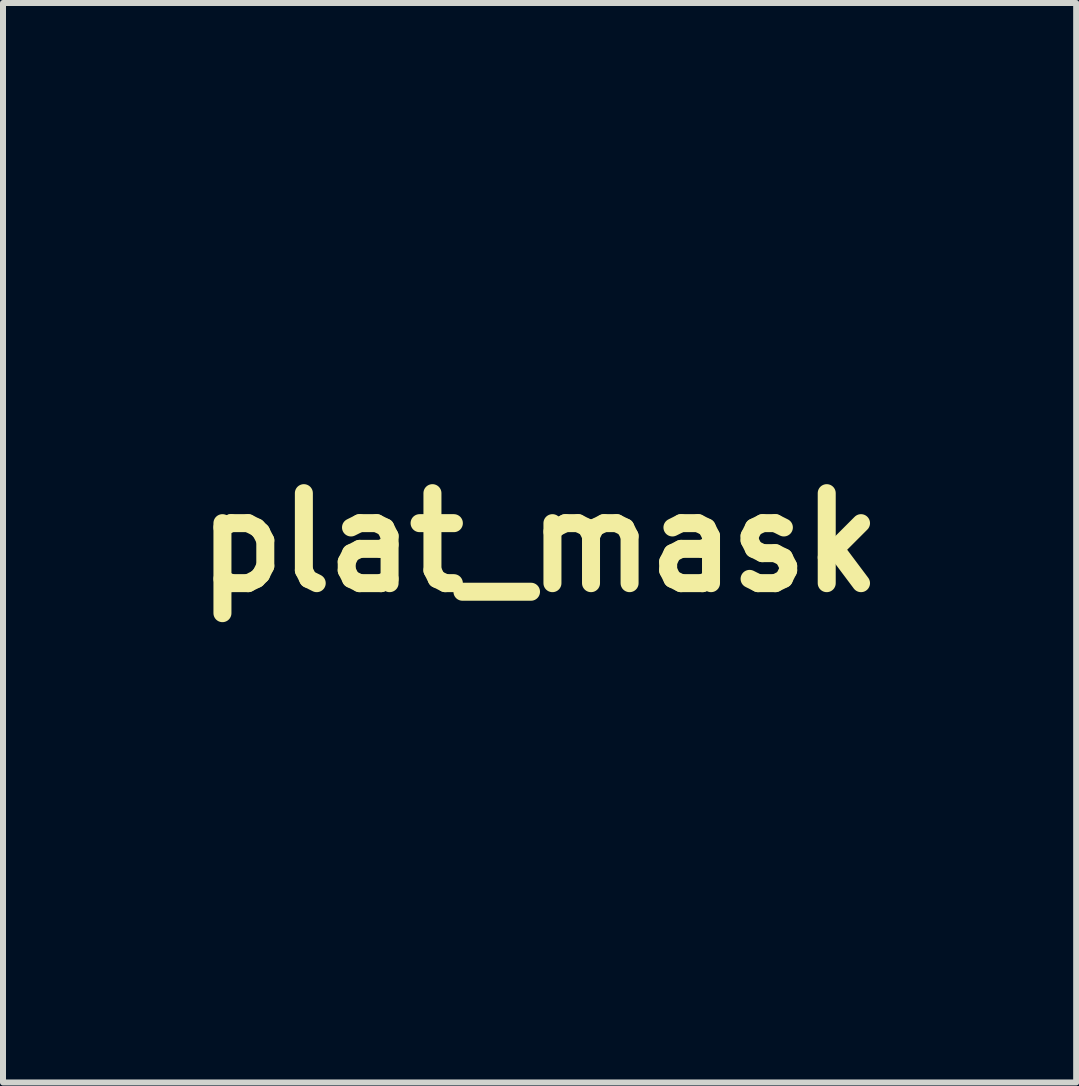
<source format=kicad_pcb>
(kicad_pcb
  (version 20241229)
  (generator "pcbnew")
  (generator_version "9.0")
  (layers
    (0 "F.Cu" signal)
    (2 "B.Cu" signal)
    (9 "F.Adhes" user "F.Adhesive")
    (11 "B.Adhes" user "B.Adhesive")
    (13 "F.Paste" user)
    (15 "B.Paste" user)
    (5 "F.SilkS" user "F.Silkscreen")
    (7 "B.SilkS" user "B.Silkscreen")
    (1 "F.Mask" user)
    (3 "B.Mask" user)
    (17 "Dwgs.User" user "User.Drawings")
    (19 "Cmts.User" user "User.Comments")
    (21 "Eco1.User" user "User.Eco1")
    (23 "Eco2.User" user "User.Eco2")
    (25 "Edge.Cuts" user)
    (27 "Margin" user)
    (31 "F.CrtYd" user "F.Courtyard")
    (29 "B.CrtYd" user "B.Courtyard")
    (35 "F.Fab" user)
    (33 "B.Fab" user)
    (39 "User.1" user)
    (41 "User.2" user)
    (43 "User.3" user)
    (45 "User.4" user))
  (footprint "plat_mask"
    (layer "F.Cu")
    (at 5.943 5.991)
    (property "Reference" "plat_mask" (at 0 0 0) (layer "F.SilkS") (effects (font (size 1.5 1.5) (thickness 0.3))))
    (attr board_only exclude_from_pos_files exclude_from_bom)
    (fp_poly (pts (xy -0.789 -3.105) (xy -0.757 -3.069) (xy -0.752 -3.025) (xy -0.771 -2.988) (xy -0.811 -2.968) (xy -0.821 -2.967) (xy -0.861 -2.981) (xy -0.876 -2.994) (xy -0.893 -3.036) (xy -0.883 -3.077) (xy -0.854 -3.106) (xy -0.815 -3.115)) (stroke (width 0) (type solid)) (fill yes) (layer "F.Mask"))
    (fp_poly (pts (xy 0.238 -3.255) (xy 0.27 -3.218) (xy 0.275 -3.175) (xy 0.256 -3.137) (xy 0.216 -3.117) (xy 0.205 -3.117) (xy 0.166 -3.13) (xy 0.15 -3.144) (xy 0.134 -3.185) (xy 0.144 -3.226) (xy 0.173 -3.256) (xy 0.212 -3.264)) (stroke (width 0) (type solid)) (fill yes) (layer "F.Mask"))
    (fp_poly (pts (xy 1.587 -3.641) (xy 1.621 -3.613) (xy 1.633 -3.575) (xy 1.626 -3.55) (xy 1.584 -3.507) (xy 1.525 -3.491) (xy 1.462 -3.504) (xy 1.451 -3.51) (xy 1.423 -3.545) (xy 1.424 -3.59) (xy 1.448 -3.629) (xy 1.491 -3.653) (xy 1.541 -3.656)) (stroke (width 0) (type solid)) (fill yes) (layer "F.Mask"))
    (fp_poly (pts (xy -2.752 -2.99) (xy -2.71 -2.956) (xy -2.705 -2.947) (xy -2.697 -2.905) (xy -2.716 -2.874) (xy -2.755 -2.858) (xy -2.805 -2.858) (xy -2.858 -2.878) (xy -2.877 -2.892) (xy -2.906 -2.922) (xy -2.907 -2.949) (xy -2.9 -2.962) (xy -2.861 -2.994) (xy -2.807 -3.004)) (stroke (width 0) (type solid)) (fill yes) (layer "F.Mask"))
    (fp_poly (pts (xy 0.967 0.522) (xy 0.981 0.546) (xy 1.022 0.647) (xy 1.073 0.712) (xy 1.134 0.743) (xy 1.204 0.737) (xy 1.271 0.703) (xy 1.334 0.659) (xy 1.382 0.715) (xy 1.433 0.758) (xy 1.489 0.771) (xy 1.489 0.771) (xy 1.54 0.763) (xy 1.587 0.734) (xy 1.637 0.68) (xy 1.693 0.601) (xy 1.731 0.546) (xy 1.758 0.52) (xy 1.777 0.519) (xy 1.781 0.522) (xy 1.811 0.566) (xy 1.833 0.642) (xy 1.848 0.744) (xy 1.855 0.868) (xy 1.855 0.914) (xy 1.839 1.127) (xy 1.799 1.319) (xy 1.734 1.488) (xy 1.646 1.631) (xy 1.536 1.748) (xy 1.417 1.828) (xy 1.303 1.875) (xy 1.188 1.898) (xy 1.082 1.896) (xy 1.008 1.875) (xy 0.902 1.809) (xy 0.818 1.715) (xy 0.756 1.594) (xy 0.716 1.443) (xy 0.696 1.263) (xy 0.698 1.053) (xy 0.705 0.955) (xy 0.716 0.857) (xy 0.728 0.767) (xy 0.741 0.695) (xy 0.752 0.65) (xy 0.753 0.647) (xy 0.789 0.587) (xy 0.835 0.541) (xy 0.885 0.513) (xy 0.932 0.505)) (stroke (width 0) (type solid)) (fill yes) (layer "F.Mask"))
    (fp_poly (pts (xy 0.029 0.598) (xy 0.078 0.661) (xy 0.129 0.762) (xy 0.181 0.898) (xy 0.236 1.071) (xy 0.236 1.072) (xy 0.264 1.171) (xy 0.282 1.247) (xy 0.293 1.312) (xy 0.297 1.378) (xy 0.296 1.459) (xy 0.295 1.502) (xy 0.29 1.601) (xy 0.283 1.674) (xy 0.271 1.731) (xy 0.252 1.784) (xy 0.239 1.815) (xy 0.162 1.951) (xy 0.074 2.053) (xy -0.024 2.12) (xy -0.131 2.151) (xy -0.247 2.147) (xy -0.281 2.139) (xy -0.411 2.089) (xy -0.532 2.01) (xy -0.646 1.9) (xy -0.753 1.758) (xy -0.857 1.581) (xy -0.897 1.502) (xy -0.958 1.373) (xy -1.003 1.272) (xy -1.034 1.192) (xy -1.05 1.13) (xy -1.056 1.08) (xy -1.05 1.036) (xy -1.045 1.016) (xy -1.01 0.957) (xy -0.956 0.919) (xy -0.896 0.908) (xy -0.886 0.91) (xy -0.855 0.927) (xy -0.809 0.963) (xy -0.762 1.009) (xy -0.7 1.068) (xy -0.652 1.096) (xy -0.61 1.092) (xy -0.571 1.058) (xy -0.548 1.026) (xy -0.513 0.977) (xy -0.488 0.956) (xy -0.466 0.961) (xy -0.447 0.981) (xy -0.398 1.024) (xy -0.341 1.048) (xy -0.291 1.05) (xy -0.28 1.045) (xy -0.257 1.03) (xy -0.237 1.008) (xy -0.217 0.971) (xy -0.193 0.915) (xy -0.161 0.832) (xy -0.149 0.798) (xy -0.119 0.721) (xy -0.087 0.654) (xy -0.061 0.608) (xy -0.053 0.598) (xy -0.015 0.557)) (stroke (width 0) (type solid)) (fill yes) (layer "F.Mask"))
    (fp_poly (pts (xy 1.589 2.327) (xy 1.598 2.345) (xy 1.611 2.38) (xy 1.634 2.436) (xy 1.658 2.491) (xy 1.695 2.573) (xy 1.734 2.643) (xy 1.779 2.707) (xy 1.833 2.767) (xy 1.902 2.827) (xy 1.99 2.891) (xy 2.099 2.964) (xy 2.235 3.048) (xy 2.327 3.102) (xy 2.479 3.195) (xy 2.603 3.276) (xy 2.704 3.35) (xy 2.786 3.42) (xy 2.857 3.491) (xy 2.92 3.567) (xy 2.928 3.578) (xy 3.061 3.782) (xy 3.16 3.995) (xy 3.224 4.217) (xy 3.254 4.45) (xy 3.25 4.696) (xy 3.212 4.957) (xy 3.183 5.082) (xy 3.116 5.304) (xy 3.033 5.497) (xy 2.936 5.66) (xy 2.827 5.792) (xy 2.705 5.891) (xy 2.573 5.956) (xy 2.551 5.963) (xy 2.398 5.993) (xy 2.238 6) (xy 2.09 5.982) (xy 1.952 5.938) (xy 1.801 5.867) (xy 1.646 5.774) (xy 1.508 5.673) (xy 1.367 5.547) (xy 1.25 5.418) (xy 1.153 5.276) (xy 1.072 5.116) (xy 1.004 4.93) (xy 0.962 4.787) (xy 0.922 4.653) (xy 0.872 4.508) (xy 0.817 4.364) (xy 0.762 4.232) (xy 0.71 4.127) (xy 0.652 4.044) (xy 0.559 3.955) (xy 0.433 3.857) (xy 0.345 3.798) (xy 0.259 3.739) (xy 0.177 3.679) (xy 0.108 3.625) (xy 0.061 3.583) (xy -0.015 3.485) (xy -0.086 3.358) (xy -0.148 3.207) (xy -0.199 3.041) (xy -0.236 2.866) (xy -0.251 2.755) (xy -0.265 2.626) (xy -0.202 2.639) (xy 0.081 2.677) (xy 0.366 2.679) (xy 0.653 2.643) (xy 0.747 2.623) (xy 0.938 2.575) (xy 1.112 2.521) (xy 1.281 2.456) (xy 1.458 2.375) (xy 1.572 2.318)) (stroke (width 0) (type solid)) (fill yes) (layer "F.Mask"))
    (fp_poly (pts (xy -0.334 -5.972) (xy -0.065 -5.919) (xy 0.196 -5.832) (xy 0.444 -5.713) (xy 0.677 -5.565) (xy 0.889 -5.389) (xy 1.079 -5.188) (xy 1.144 -5.104) (xy 1.214 -4.999) (xy 1.291 -4.865) (xy 1.372 -4.709) (xy 1.454 -4.537) (xy 1.532 -4.356) (xy 1.605 -4.172) (xy 1.605 -4.171) (xy 1.705 -3.918) (xy 1.804 -3.698) (xy 1.903 -3.506) (xy 1.986 -3.369) (xy 2.063 -3.239) (xy 2.139 -3.099) (xy 2.209 -2.958) (xy 2.267 -2.826) (xy 2.308 -2.714) (xy 2.31 -2.706) (xy 2.335 -2.616) (xy 2.357 -2.517) (xy 2.376 -2.403) (xy 2.394 -2.271) (xy 2.41 -2.115) (xy 2.426 -1.932) (xy 2.442 -1.716) (xy 2.444 -1.689) (xy 2.455 -1.531) (xy 2.466 -1.366) (xy 2.477 -1.205) (xy 2.488 -1.055) (xy 2.497 -0.927) (xy 2.503 -0.84) (xy 2.514 -0.603) (xy 2.514 -0.369) (xy 2.505 -0.146) (xy 2.485 0.055) (xy 2.471 0.149) (xy 2.438 0.306) (xy 2.388 0.482) (xy 2.326 0.668) (xy 2.256 0.85) (xy 2.215 0.945) (xy 2.174 1.042) (xy 2.128 1.158) (xy 2.084 1.279) (xy 2.052 1.375) (xy 2.001 1.526) (xy 1.956 1.647) (xy 1.912 1.746) (xy 1.866 1.827) (xy 1.815 1.899) (xy 1.754 1.967) (xy 1.695 2.023) (xy 1.596 2.109) (xy 1.502 2.176) (xy 1.394 2.237) (xy 1.354 2.257) (xy 1.172 2.336) (xy 0.968 2.409) (xy 0.76 2.469) (xy 0.663 2.491) (xy 0.592 2.503) (xy 0.5 2.513) (xy 0.395 2.522) (xy 0.289 2.529) (xy 0.19 2.532) (xy 0.109 2.532) (xy 0.056 2.528) (xy 0.014 2.521) (xy -0.05 2.509) (xy -0.121 2.497) (xy -0.188 2.487) (xy -0.239 2.48) (xy -0.266 2.479) (xy -0.266 2.479) (xy -0.293 2.472) (xy -0.344 2.45) (xy -0.413 2.415) (xy -0.493 2.372) (xy -0.578 2.324) (xy -0.66 2.275) (xy -0.729 2.229) (xy -0.996 2.033) (xy -1.248 1.819) (xy -1.487 1.584) (xy -1.713 1.326) (xy -1.9 1.082) (xy -1.169 1.082) (xy -1.156 1.17) (xy -1.123 1.277) (xy -1.071 1.407) (xy -1.008 1.541) (xy -0.893 1.753) (xy -0.768 1.929) (xy -0.635 2.069) (xy -0.492 2.174) (xy -0.342 2.242) (xy -0.261 2.264) (xy -0.194 2.268) (xy -0.112 2.261) (xy -0.032 2.246) (xy 0.025 2.226) (xy 0.092 2.182) (xy 0.166 2.117) (xy 0.235 2.044) (xy 0.287 1.974) (xy 0.29 1.969) (xy 0.358 1.83) (xy 0.4 1.684) (xy 0.417 1.528) (xy 0.409 1.356) (xy 0.375 1.165) (xy 0.368 1.138) (xy 0.589 1.138) (xy 0.592 1.309) (xy 0.602 1.449) (xy 0.623 1.565) (xy 0.655 1.661) (xy 0.7 1.745) (xy 0.761 1.823) (xy 0.804 1.868) (xy 0.894 1.942) (xy 0.985 1.987) (xy 1.089 2.008) (xy 1.189 2.009) (xy 1.286 1.999) (xy 1.368 1.977) (xy 1.443 1.944) (xy 1.584 1.854) (xy 1.706 1.733) (xy 1.806 1.584) (xy 1.885 1.408) (xy 1.94 1.206) (xy 1.971 0.984) (xy 1.975 0.849) (xy 1.962 0.718) (xy 1.937 0.6) (xy 1.899 0.501) (xy 1.852 0.428) (xy 1.819 0.399) (xy 1.771 0.38) (xy 1.725 0.39) (xy 1.676 0.431) (xy 1.62 0.504) (xy 1.602 0.532) (xy 1.563 0.59) (xy 1.528 0.633) (xy 1.504 0.653) (xy 1.501 0.653) (xy 1.474 0.639) (xy 1.44 0.605) (xy 1.435 0.598) (xy 1.401 0.559) (xy 1.371 0.534) (xy 1.368 0.533) (xy 1.325 0.535) (xy 1.268 0.563) (xy 1.219 0.602) (xy 1.174 0.628) (xy 1.138 0.618) (xy 1.111 0.572) (xy 1.102 0.546) (xy 1.065 0.462) (xy 1.008 0.409) (xy 0.937 0.388) (xy 0.855 0.401) (xy 0.783 0.437) (xy 0.723 0.488) (xy 0.675 0.555) (xy 0.639 0.642) (xy 0.614 0.753) (xy 0.598 0.892) (xy 0.59 1.062) (xy 0.589 1.138) (xy 0.368 1.138) (xy 0.324 0.971) (xy 0.267 0.801) (xy 0.21 0.666) (xy 0.153 0.567) (xy 0.094 0.5) (xy 0.032 0.465) (xy -0.009 0.459) (xy -0.073 0.474) (xy -0.131 0.518) (xy -0.185 0.595) (xy -0.236 0.706) (xy -0.271 0.802) (xy -0.293 0.872) (xy -0.31 0.91) (xy -0.326 0.922) (xy -0.346 0.912) (xy -0.371 0.889) (xy -0.438 0.843) (xy -0.503 0.834) (xy -0.563 0.861) (xy -0.604 0.906) (xy -0.649 0.973) (xy -0.691 0.913) (xy -0.736 0.868) (xy -0.795 0.828) (xy -0.815 0.818) (xy -0.906 0.795) (xy -0.993 0.808) (xy -1.071 0.858) (xy -1.098 0.885) (xy -1.139 0.944) (xy -1.163 1.008) (xy -1.169 1.082) (xy -1.9 1.082) (xy -1.931 1.042) (xy -2.141 0.729) (xy -2.347 0.386) (xy -2.549 0.008) (xy -2.623 -0.14) (xy -2.771 -0.457) (xy -2.304 -0.457) (xy -2.288 -0.405) (xy -2.246 -0.351) (xy -2.237 -0.343) (xy -2.18 -0.302) (xy -2.095 -0.255) (xy -1.991 -0.206) (xy -1.875 -0.158) (xy -1.756 -0.117) (xy -1.754 -0.116) (xy -1.635 -0.082) (xy -1.512 -0.054) (xy -1.374 -0.03) (xy -1.241 -0.012) (xy -1.165 -0.009) (xy -1.071 -0.016) (xy -0.978 -0.03) (xy -0.929 -0.042) (xy -0.847 -0.081) (xy -0.791 -0.139) (xy -0.764 -0.209) (xy -0.767 -0.285) (xy -0.804 -0.36) (xy -0.812 -0.37) (xy -0.841 -0.413) (xy -0.841 -0.438) (xy -0.839 -0.439) (xy -0.805 -0.479) (xy -0.796 -0.535) (xy -0.808 -0.596) (xy -0.84 -0.652) (xy -0.89 -0.691) (xy -0.894 -0.693) (xy -0.938 -0.716) (xy -0.947 -0.737) (xy -0.922 -0.761) (xy -0.896 -0.777) (xy -0.831 -0.834) (xy -0.795 -0.906) (xy -0.787 -0.986) (xy -0.794 -1.012) (xy 0.784 -1.012) (xy 0.801 -0.957) (xy 0.814 -0.935) (xy 0.857 -0.896) (xy 0.92 -0.858) (xy 0.989 -0.831) (xy 1.042 -0.822) (xy 1.068 -0.82) (xy 1.073 -0.811) (xy 1.056 -0.787) (xy 1.028 -0.755) (xy 0.994 -0.711) (xy 0.973 -0.676) (xy 0.971 -0.667) (xy 0.987 -0.62) (xy 1.029 -0.594) (xy 1.092 -0.591) (xy 1.122 -0.598) (xy 1.166 -0.607) (xy 1.191 -0.607) (xy 1.192 -0.606) (xy 1.185 -0.589) (xy 1.158 -0.554) (xy 1.123 -0.517) (xy 1.068 -0.45) (xy 1.047 -0.392) (xy 1.058 -0.336) (xy 1.102 -0.273) (xy 1.104 -0.27) (xy 1.183 -0.198) (xy 1.276 -0.151) (xy 1.338 -0.132) (xy 1.398 -0.12) (xy 1.444 -0.116) (xy 1.492 -0.121) (xy 1.556 -0.135) (xy 1.578 -0.141) (xy 1.683 -0.177) (xy 1.797 -0.233) (xy 1.907 -0.299) (xy 1.999 -0.369) (xy 2.031 -0.399) (xy 2.089 -0.463) (xy 2.148 -0.537) (xy 2.204 -0.615) (xy 2.253 -0.688) (xy 2.289 -0.751) (xy 2.309 -0.796) (xy 2.31 -0.81) (xy 2.295 -0.847) (xy 2.266 -0.848) (xy 2.222 -0.816) (xy 2.164 -0.75) (xy 2.121 -0.692) (xy 2.041 -0.584) (xy 1.971 -0.5) (xy 1.903 -0.436) (xy 1.829 -0.382) (xy 1.743 -0.332) (xy 1.715 -0.318) (xy 1.639 -0.281) (xy 1.583 -0.258) (xy 1.536 -0.247) (xy 1.484 -0.244) (xy 1.423 -0.246) (xy 1.351 -0.251) (xy 1.303 -0.26) (xy 1.268 -0.278) (xy 1.232 -0.309) (xy 1.219 -0.321) (xy 1.15 -0.39) (xy 1.246 -0.492) (xy 1.313 -0.573) (xy 1.351 -0.641) (xy 1.357 -0.693) (xy 1.334 -0.729) (xy 1.28 -0.746) (xy 1.257 -0.747) (xy 1.193 -0.747) (xy 1.235 -0.803) (xy 1.263 -0.852) (xy 1.262 -0.888) (xy 1.23 -0.912) (xy 1.165 -0.927) (xy 1.104 -0.933) (xy 1.025 -0.942) (xy 0.972 -0.955) (xy 0.937 -0.977) (xy 0.932 -0.982) (xy 0.905 -1.017) (xy 0.907 -1.048) (xy 0.912 -1.059) (xy 0.946 -1.103) (xy 1.006 -1.163) (xy 1.089 -1.233) (xy 1.188 -1.31) (xy 1.274 -1.372) (xy 1.369 -1.442) (xy 1.433 -1.502) (xy 1.472 -1.558) (xy 1.487 -1.616) (xy 1.484 -1.682) (xy 1.482 -1.697) (xy 1.469 -1.75) (xy 1.452 -1.775) (xy 1.425 -1.782) (xy 1.418 -1.782) (xy 1.39 -1.779) (xy 1.377 -1.763) (xy 1.375 -1.725) (xy 1.377 -1.698) (xy 1.375 -1.637) (xy 1.363 -1.592) (xy 1.358 -1.584) (xy 1.335 -1.563) (xy 1.288 -1.525) (xy 1.223 -1.474) (xy 1.146 -1.415) (xy 1.114 -1.391) (xy 0.987 -1.293) (xy 0.893 -1.209) (xy 0.829 -1.135) (xy 0.793 -1.071) (xy 0.784 -1.012) (xy -0.794 -1.012) (xy -0.807 -1.066) (xy -0.852 -1.141) (xy -0.921 -1.203) (xy -0.973 -1.231) (xy -1.006 -1.245) (xy -1.037 -1.255) (xy -1.071 -1.262) (xy -1.114 -1.266) (xy -1.172 -1.267) (xy -1.251 -1.267) (xy -1.355 -1.264) (xy -1.491 -1.26) (xy -1.494 -1.26) (xy -1.631 -1.255) (xy -1.736 -1.253) (xy -1.815 -1.252) (xy -1.872 -1.254) (xy -1.915 -1.258) (xy -1.947 -1.264) (xy -1.975 -1.274) (xy -1.999 -1.285) (xy -2.055 -1.313) (xy -2.101 -1.339) (xy -2.113 -1.348) (xy -2.144 -1.361) (xy -2.172 -1.345) (xy -2.177 -1.34) (xy -2.193 -1.319) (xy -2.192 -1.299) (xy -2.168 -1.269) (xy -2.143 -1.244) (xy -2.109 -1.212) (xy -2.072 -1.187) (xy -2.028 -1.169) (xy -1.972 -1.155) (xy -1.9 -1.147) (xy -1.807 -1.142) (xy -1.688 -1.14) (xy -1.538 -1.141) (xy -1.474 -1.142) (xy -1.333 -1.144) (xy -1.225 -1.144) (xy -1.145 -1.144) (xy -1.087 -1.142) (xy -1.046 -1.137) (xy -1.018 -1.131) (xy -0.997 -1.122) (xy -0.979 -1.11) (xy -0.977 -1.109) (xy -0.935 -1.064) (xy -0.908 -1.012) (xy -0.907 -1.011) (xy -0.902 -0.956) (xy -0.922 -0.908) (xy -0.971 -0.864) (xy -1.052 -0.821) (xy -1.086 -0.806) (xy -1.157 -0.774) (xy -1.2 -0.749) (xy -1.222 -0.725) (xy -1.228 -0.704) (xy -1.221 -0.667) (xy -1.186 -0.645) (xy -1.121 -0.635) (xy -1.096 -0.635) (xy -1.039 -0.627) (xy -0.982 -0.608) (xy -0.937 -0.582) (xy -0.915 -0.556) (xy -0.914 -0.552) (xy -0.926 -0.529) (xy -0.964 -0.513) (xy -1.033 -0.502) (xy -1.054 -0.5) (xy -1.095 -0.49) (xy -1.11 -0.465) (xy -1.11 -0.449) (xy -1.103 -0.417) (xy -1.074 -0.395) (xy -1.034 -0.379) (xy -0.956 -0.343) (xy -0.903 -0.299) (xy -0.878 -0.252) (xy -0.882 -0.208) (xy -0.918 -0.17) (xy -0.942 -0.158) (xy -1.008 -0.141) (xy -1.1 -0.133) (xy -1.211 -0.132) (xy -1.33 -0.14) (xy -1.447 -0.155) (xy -1.473 -0.16) (xy -1.606 -0.19) (xy -1.739 -0.229) (xy -1.866 -0.274) (xy -1.98 -0.322) (xy -2.077 -0.372) (xy -2.149 -0.42) (xy -2.192 -0.465) (xy -2.195 -0.47) (xy -2.228 -0.513) (xy -2.264 -0.519) (xy -2.294 -0.497) (xy -2.304 -0.457) (xy -2.771 -0.457) (xy -2.79 -0.497) (xy -2.929 -0.833) (xy -3.042 -1.151) (xy -3.129 -1.457) (xy -3.191 -1.751) (xy -3.229 -2.039) (xy -3.244 -2.324) (xy -3.242 -2.51) (xy -3.237 -2.614) (xy -3.231 -2.706) (xy -3.223 -2.794) (xy -3.211 -2.882) (xy -3.202 -2.93) (xy -2.985 -2.93) (xy -2.967 -2.873) (xy -2.921 -2.823) (xy -2.854 -2.792) (xy -2.779 -2.782) (xy -2.708 -2.795) (xy -2.671 -2.818) (xy -1.709 -2.818) (xy -1.706 -2.737) (xy -1.698 -2.694) (xy -1.662 -2.587) (xy -1.602 -2.492) (xy -1.518 -2.408) (xy -1.405 -2.333) (xy -1.261 -2.264) (xy -1.084 -2.201) (xy -0.997 -2.174) (xy -0.89 -2.144) (xy -0.799 -2.123) (xy -0.715 -2.109) (xy -0.627 -2.1) (xy -0.526 -2.097) (xy -0.402 -2.097) (xy -0.336 -2.098) (xy -0.208 -2.102) (xy -0.108 -2.107) (xy -0.026 -2.116) (xy 0.049 -2.128) (xy 0.126 -2.145) (xy 0.156 -2.153) (xy 0.343 -2.211) (xy 0.501 -2.282) (xy 0.637 -2.368) (xy 0.758 -2.473) (xy 0.825 -2.541) (xy 0.872 -2.599) (xy 0.907 -2.658) (xy 0.94 -2.732) (xy 0.952 -2.762) (xy 0.985 -2.853) (xy 1.004 -2.929) (xy 1.013 -3.005) (xy 1.016 -3.074) (xy 1.015 -3.152) (xy 1.011 -3.202) (xy 1.001 -3.236) (xy 0.982 -3.262) (xy 0.97 -3.274) (xy 0.927 -3.306) (xy 0.864 -3.327) (xy 0.802 -3.338) (xy 0.721 -3.353) (xy 0.639 -3.376) (xy 0.549 -3.409) (xy 0.442 -3.457) (xy 0.323 -3.515) (xy 0.225 -3.56) (xy 0.203 -3.57) (xy 1.341 -3.57) (xy 1.354 -3.514) (xy 1.389 -3.466) (xy 1.44 -3.432) (xy 1.503 -3.416) (xy 1.574 -3.424) (xy 1.624 -3.446) (xy 1.678 -3.495) (xy 1.711 -3.557) (xy 1.717 -3.595) (xy 1.705 -3.625) (xy 1.674 -3.666) (xy 1.662 -3.678) (xy 1.594 -3.723) (xy 1.517 -3.734) (xy 1.44 -3.711) (xy 1.401 -3.684) (xy 1.355 -3.628) (xy 1.341 -3.57) (xy 0.203 -3.57) (xy 0.112 -3.608) (xy 0.006 -3.649) (xy -0.017 -3.657) (xy -0.107 -3.686) (xy -0.176 -3.704) (xy -0.239 -3.711) (xy -0.31 -3.712) (xy -0.344 -3.711) (xy -0.439 -3.703) (xy -0.52 -3.684) (xy -0.598 -3.652) (xy -0.679 -3.601) (xy -0.775 -3.528) (xy -0.802 -3.506) (xy -0.882 -3.444) (xy -0.986 -3.368) (xy -1.105 -3.285) (xy -1.233 -3.199) (xy -1.36 -3.115) (xy -1.478 -3.041) (xy -1.554 -2.996) (xy -1.637 -2.939) (xy -1.688 -2.883) (xy -1.709 -2.818) (xy -2.671 -2.818) (xy -2.659 -2.827) (xy -2.62 -2.885) (xy -2.619 -2.947) (xy -2.646 -2.998) (xy -2.703 -3.048) (xy -2.768 -3.073) (xy -2.834 -3.077) (xy -2.896 -3.063) (xy -2.946 -3.031) (xy -2.978 -2.986) (xy -2.985 -2.93) (xy -3.202 -2.93) (xy -3.194 -2.977) (xy -3.172 -3.085) (xy -3.143 -3.211) (xy -3.107 -3.361) (xy -3.062 -3.541) (xy -3.062 -3.542) (xy -3.003 -3.77) (xy -1.922 -3.77) (xy -1.906 -3.706) (xy -1.868 -3.656) (xy -1.802 -3.611) (xy -1.736 -3.603) (xy -1.669 -3.632) (xy -1.641 -3.656) (xy -1.597 -3.719) (xy -1.586 -3.77) (xy -1.603 -3.834) (xy -1.646 -3.89) (xy -1.705 -3.928) (xy -1.754 -3.938) (xy -1.818 -3.921) (xy -1.874 -3.878) (xy -1.912 -3.819) (xy -1.922 -3.77) (xy -3.003 -3.77) (xy -2.991 -3.813) (xy -2.925 -4.052) (xy -2.89 -4.162) (xy 0.709 -4.162) (xy 0.726 -4.097) (xy 0.764 -4.048) (xy 0.829 -4.003) (xy 0.896 -3.995) (xy 0.962 -4.024) (xy 0.991 -4.048) (xy 1.035 -4.111) (xy 1.045 -4.162) (xy 1.028 -4.226) (xy 0.985 -4.282) (xy 0.926 -4.32) (xy 0.877 -4.33) (xy 0.813 -4.313) (xy 0.757 -4.27) (xy 0.719 -4.211) (xy 0.709 -4.162) (xy -2.89 -4.162) (xy -2.859 -4.261) (xy -2.794 -4.445) (xy -2.728 -4.608) (xy -2.658 -4.755) (xy -2.584 -4.888) (xy -2.503 -5.013) (xy -2.414 -5.132) (xy -2.409 -5.139) (xy -2.236 -5.328) (xy -2.034 -5.498) (xy -1.81 -5.647) (xy -1.567 -5.773) (xy -1.312 -5.872) (xy -1.049 -5.943) (xy -0.785 -5.983) (xy -0.607 -5.991)) (stroke (width 0) (type solid)) (fill yes) (layer "F.Mask")))
  (gr_rect
    (start -3 -3)
    (end 14.886 14.991)
    (stroke (width 0.1) (type default))
    (fill no)
    (layer "Edge.Cuts")))
</source>
